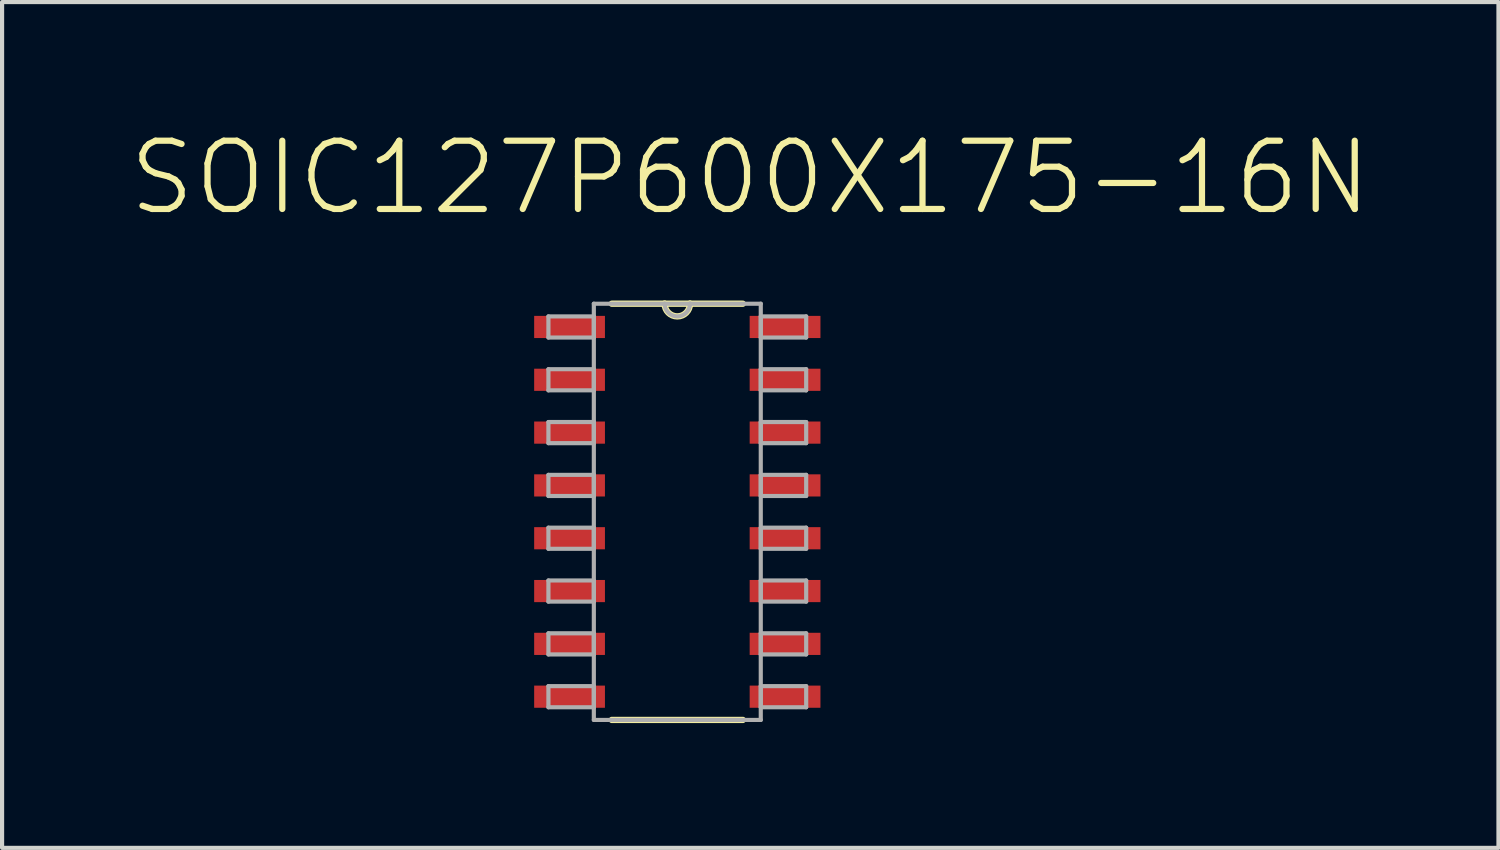
<source format=kicad_pcb>
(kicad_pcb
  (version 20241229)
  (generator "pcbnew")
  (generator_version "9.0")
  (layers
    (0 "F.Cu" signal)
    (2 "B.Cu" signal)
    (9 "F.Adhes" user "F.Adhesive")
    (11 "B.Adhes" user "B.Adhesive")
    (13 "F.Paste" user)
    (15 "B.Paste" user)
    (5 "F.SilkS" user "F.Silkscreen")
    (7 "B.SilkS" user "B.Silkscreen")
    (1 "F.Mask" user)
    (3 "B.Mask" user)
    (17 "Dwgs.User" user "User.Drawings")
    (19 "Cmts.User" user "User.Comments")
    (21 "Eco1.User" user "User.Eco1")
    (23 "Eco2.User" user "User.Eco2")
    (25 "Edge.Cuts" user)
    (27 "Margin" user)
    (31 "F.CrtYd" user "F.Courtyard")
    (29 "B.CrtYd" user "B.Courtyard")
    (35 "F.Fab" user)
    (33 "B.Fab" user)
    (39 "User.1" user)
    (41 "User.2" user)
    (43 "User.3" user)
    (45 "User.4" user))
  (footprint "SOIC127P600X175-16N"
    (layer "F.Cu")
    (at 13.236 9.257)
    (property "Reference" "SOIC127P600X175-16N" (at 1.754 -8.034 0) (layer "F.SilkS") (effects (font (size 1.641 1.641) (thickness 0.15))))
    (attr through_hole)
    (fp_line (start -1.575 5.004) (end 1.575 5.004) (stroke (width 0.152) (type solid)) (layer "F.SilkS"))
    (fp_line (start -0.305 -5.004) (end -1.575 -5.004) (stroke (width 0.152) (type solid)) (layer "F.SilkS"))
    (fp_line (start 0.305 -5.004) (end -0.305 -5.004) (stroke (width 0.152) (type solid)) (layer "F.SilkS"))
    (fp_line (start 1.575 -5.004) (end 0.305 -5.004) (stroke (width 0.152) (type solid)) (layer "F.SilkS"))
    (fp_arc (start 0.3048 -5.0038) (mid 0 -4.699) (end -0.3048 -5.0038) (stroke (width 0.1524) (type solid)) (layer "F.SilkS"))
    (fp_line (start -3.099 -4.699) (end -3.099 -4.191) (stroke (width 0.1) (type solid)) (layer "F.Fab"))
    (fp_line (start -3.099 -4.191) (end -2.007 -4.191) (stroke (width 0.1) (type solid)) (layer "F.Fab"))
    (fp_line (start -3.099 -3.429) (end -3.099 -2.921) (stroke (width 0.1) (type solid)) (layer "F.Fab"))
    (fp_line (start -3.099 -2.921) (end -2.007 -2.921) (stroke (width 0.1) (type solid)) (layer "F.Fab"))
    (fp_line (start -3.099 -2.159) (end -3.099 -1.651) (stroke (width 0.1) (type solid)) (layer "F.Fab"))
    (fp_line (start -3.099 -1.651) (end -2.007 -1.651) (stroke (width 0.1) (type solid)) (layer "F.Fab"))
    (fp_line (start -3.099 -0.889) (end -3.099 -0.381) (stroke (width 0.1) (type solid)) (layer "F.Fab"))
    (fp_line (start -3.099 -0.381) (end -2.007 -0.381) (stroke (width 0.1) (type solid)) (layer "F.Fab"))
    (fp_line (start -3.099 0.381) (end -3.099 0.889) (stroke (width 0.1) (type solid)) (layer "F.Fab"))
    (fp_line (start -3.099 0.889) (end -2.007 0.889) (stroke (width 0.1) (type solid)) (layer "F.Fab"))
    (fp_line (start -3.099 1.651) (end -3.099 2.159) (stroke (width 0.1) (type solid)) (layer "F.Fab"))
    (fp_line (start -3.099 2.159) (end -2.007 2.159) (stroke (width 0.1) (type solid)) (layer "F.Fab"))
    (fp_line (start -3.099 2.921) (end -3.099 3.429) (stroke (width 0.1) (type solid)) (layer "F.Fab"))
    (fp_line (start -3.099 3.429) (end -2.007 3.429) (stroke (width 0.1) (type solid)) (layer "F.Fab"))
    (fp_line (start -3.099 4.191) (end -3.099 4.699) (stroke (width 0.1) (type solid)) (layer "F.Fab"))
    (fp_line (start -3.099 4.699) (end -2.007 4.699) (stroke (width 0.1) (type solid)) (layer "F.Fab"))
    (fp_line (start -2.007 -5.004) (end -2.007 5.004) (stroke (width 0.1) (type solid)) (layer "F.Fab"))
    (fp_line (start -2.007 -4.699) (end -3.099 -4.699) (stroke (width 0.1) (type solid)) (layer "F.Fab"))
    (fp_line (start -2.007 -4.191) (end -2.007 -4.699) (stroke (width 0.1) (type solid)) (layer "F.Fab"))
    (fp_line (start -2.007 -3.429) (end -3.099 -3.429) (stroke (width 0.1) (type solid)) (layer "F.Fab"))
    (fp_line (start -2.007 -2.921) (end -2.007 -3.429) (stroke (width 0.1) (type solid)) (layer "F.Fab"))
    (fp_line (start -2.007 -2.159) (end -3.099 -2.159) (stroke (width 0.1) (type solid)) (layer "F.Fab"))
    (fp_line (start -2.007 -1.651) (end -2.007 -2.159) (stroke (width 0.1) (type solid)) (layer "F.Fab"))
    (fp_line (start -2.007 -0.889) (end -3.099 -0.889) (stroke (width 0.1) (type solid)) (layer "F.Fab"))
    (fp_line (start -2.007 -0.381) (end -2.007 -0.889) (stroke (width 0.1) (type solid)) (layer "F.Fab"))
    (fp_line (start -2.007 0.381) (end -3.099 0.381) (stroke (width 0.1) (type solid)) (layer "F.Fab"))
    (fp_line (start -2.007 0.889) (end -2.007 0.381) (stroke (width 0.1) (type solid)) (layer "F.Fab"))
    (fp_line (start -2.007 1.651) (end -3.099 1.651) (stroke (width 0.1) (type solid)) (layer "F.Fab"))
    (fp_line (start -2.007 2.159) (end -2.007 1.651) (stroke (width 0.1) (type solid)) (layer "F.Fab"))
    (fp_line (start -2.007 2.921) (end -3.099 2.921) (stroke (width 0.1) (type solid)) (layer "F.Fab"))
    (fp_line (start -2.007 3.429) (end -2.007 2.921) (stroke (width 0.1) (type solid)) (layer "F.Fab"))
    (fp_line (start -2.007 4.191) (end -3.099 4.191) (stroke (width 0.1) (type solid)) (layer "F.Fab"))
    (fp_line (start -2.007 4.699) (end -2.007 4.191) (stroke (width 0.1) (type solid)) (layer "F.Fab"))
    (fp_line (start -2.007 5.004) (end 2.007 5.004) (stroke (width 0.1) (type solid)) (layer "F.Fab"))
    (fp_line (start -0.305 -5.004) (end -2.007 -5.004) (stroke (width 0.1) (type solid)) (layer "F.Fab"))
    (fp_line (start 0.305 -5.004) (end -0.305 -5.004) (stroke (width 0.1) (type solid)) (layer "F.Fab"))
    (fp_line (start 2.007 -5.004) (end 0.305 -5.004) (stroke (width 0.1) (type solid)) (layer "F.Fab"))
    (fp_line (start 2.007 -4.699) (end 2.007 -4.191) (stroke (width 0.1) (type solid)) (layer "F.Fab"))
    (fp_line (start 2.007 -4.191) (end 3.099 -4.191) (stroke (width 0.1) (type solid)) (layer "F.Fab"))
    (fp_line (start 2.007 -3.429) (end 2.007 -2.921) (stroke (width 0.1) (type solid)) (layer "F.Fab"))
    (fp_line (start 2.007 -2.921) (end 3.099 -2.921) (stroke (width 0.1) (type solid)) (layer "F.Fab"))
    (fp_line (start 2.007 -2.159) (end 2.007 -1.651) (stroke (width 0.1) (type solid)) (layer "F.Fab"))
    (fp_line (start 2.007 -1.651) (end 3.099 -1.651) (stroke (width 0.1) (type solid)) (layer "F.Fab"))
    (fp_line (start 2.007 -0.889) (end 2.007 -0.381) (stroke (width 0.1) (type solid)) (layer "F.Fab"))
    (fp_line (start 2.007 -0.381) (end 3.099 -0.381) (stroke (width 0.1) (type solid)) (layer "F.Fab"))
    (fp_line (start 2.007 0.381) (end 2.007 0.889) (stroke (width 0.1) (type solid)) (layer "F.Fab"))
    (fp_line (start 2.007 0.889) (end 3.099 0.889) (stroke (width 0.1) (type solid)) (layer "F.Fab"))
    (fp_line (start 2.007 1.651) (end 2.007 2.159) (stroke (width 0.1) (type solid)) (layer "F.Fab"))
    (fp_line (start 2.007 2.159) (end 3.099 2.159) (stroke (width 0.1) (type solid)) (layer "F.Fab"))
    (fp_line (start 2.007 2.921) (end 2.007 3.429) (stroke (width 0.1) (type solid)) (layer "F.Fab"))
    (fp_line (start 2.007 3.429) (end 3.099 3.429) (stroke (width 0.1) (type solid)) (layer "F.Fab"))
    (fp_line (start 2.007 4.191) (end 2.007 4.699) (stroke (width 0.1) (type solid)) (layer "F.Fab"))
    (fp_line (start 2.007 4.699) (end 3.099 4.699) (stroke (width 0.1) (type solid)) (layer "F.Fab"))
    (fp_line (start 2.007 5.004) (end 2.007 -5.004) (stroke (width 0.1) (type solid)) (layer "F.Fab"))
    (fp_line (start 3.099 -4.699) (end 2.007 -4.699) (stroke (width 0.1) (type solid)) (layer "F.Fab"))
    (fp_line (start 3.099 -4.191) (end 3.099 -4.699) (stroke (width 0.1) (type solid)) (layer "F.Fab"))
    (fp_line (start 3.099 -3.429) (end 2.007 -3.429) (stroke (width 0.1) (type solid)) (layer "F.Fab"))
    (fp_line (start 3.099 -2.921) (end 3.099 -3.429) (stroke (width 0.1) (type solid)) (layer "F.Fab"))
    (fp_line (start 3.099 -2.159) (end 2.007 -2.159) (stroke (width 0.1) (type solid)) (layer "F.Fab"))
    (fp_line (start 3.099 -1.651) (end 3.099 -2.159) (stroke (width 0.1) (type solid)) (layer "F.Fab"))
    (fp_line (start 3.099 -0.889) (end 2.007 -0.889) (stroke (width 0.1) (type solid)) (layer "F.Fab"))
    (fp_line (start 3.099 -0.381) (end 3.099 -0.889) (stroke (width 0.1) (type solid)) (layer "F.Fab"))
    (fp_line (start 3.099 0.381) (end 2.007 0.381) (stroke (width 0.1) (type solid)) (layer "F.Fab"))
    (fp_line (start 3.099 0.889) (end 3.099 0.381) (stroke (width 0.1) (type solid)) (layer "F.Fab"))
    (fp_line (start 3.099 1.651) (end 2.007 1.651) (stroke (width 0.1) (type solid)) (layer "F.Fab"))
    (fp_line (start 3.099 2.159) (end 3.099 1.651) (stroke (width 0.1) (type solid)) (layer "F.Fab"))
    (fp_line (start 3.099 2.921) (end 2.007 2.921) (stroke (width 0.1) (type solid)) (layer "F.Fab"))
    (fp_line (start 3.099 3.429) (end 3.099 2.921) (stroke (width 0.1) (type solid)) (layer "F.Fab"))
    (fp_line (start 3.099 4.191) (end 2.007 4.191) (stroke (width 0.1) (type solid)) (layer "F.Fab"))
    (fp_line (start 3.099 4.699) (end 3.099 4.191) (stroke (width 0.1) (type solid)) (layer "F.Fab"))
    (fp_arc (start 0.3048 -5.0038) (mid 0 -4.699) (end -0.3048 -5.0038) (stroke (width 0.1) (type solid)) (layer "F.Fab"))
    (pad "1" smd rect (at -2.591 -4.445) (size 1.702 0.533) (layers "F.Cu" "F.Mask" "F.Paste"))
    (pad "2" smd rect (at -2.591 -3.175) (size 1.702 0.533) (layers "F.Cu" "F.Mask" "F.Paste"))
    (pad "3" smd rect (at -2.591 -1.905) (size 1.702 0.533) (layers "F.Cu" "F.Mask" "F.Paste"))
    (pad "4" smd rect (at -2.591 -0.635) (size 1.702 0.533) (layers "F.Cu" "F.Mask" "F.Paste"))
    (pad "5" smd rect (at -2.591 0.635) (size 1.702 0.533) (layers "F.Cu" "F.Mask" "F.Paste"))
    (pad "6" smd rect (at -2.591 1.905) (size 1.702 0.533) (layers "F.Cu" "F.Mask" "F.Paste"))
    (pad "7" smd rect (at -2.591 3.175) (size 1.702 0.533) (layers "F.Cu" "F.Mask" "F.Paste"))
    (pad "8" smd rect (at -2.591 4.445) (size 1.702 0.533) (layers "F.Cu" "F.Mask" "F.Paste"))
    (pad "9" smd rect (at 2.591 4.445) (size 1.702 0.533) (layers "F.Cu" "F.Mask" "F.Paste"))
    (pad "10" smd rect (at 2.591 3.175) (size 1.702 0.533) (layers "F.Cu" "F.Mask" "F.Paste"))
    (pad "11" smd rect (at 2.591 1.905) (size 1.702 0.533) (layers "F.Cu" "F.Mask" "F.Paste"))
    (pad "12" smd rect (at 2.591 0.635) (size 1.702 0.533) (layers "F.Cu" "F.Mask" "F.Paste"))
    (pad "13" smd rect (at 2.591 -0.635) (size 1.702 0.533) (layers "F.Cu" "F.Mask" "F.Paste"))
    (pad "14" smd rect (at 2.591 -1.905) (size 1.702 0.533) (layers "F.Cu" "F.Mask" "F.Paste"))
    (pad "15" smd rect (at 2.591 -3.175) (size 1.702 0.533) (layers "F.Cu" "F.Mask" "F.Paste"))
    (pad "16" smd rect (at 2.591 -4.445) (size 1.702 0.533) (layers "F.Cu" "F.Mask" "F.Paste")))
  (gr_rect
    (start -3 -3)
    (end 32.981 17.337)
    (stroke (width 0.1) (type default))
    (fill no)
    (layer "Edge.Cuts")))
</source>
